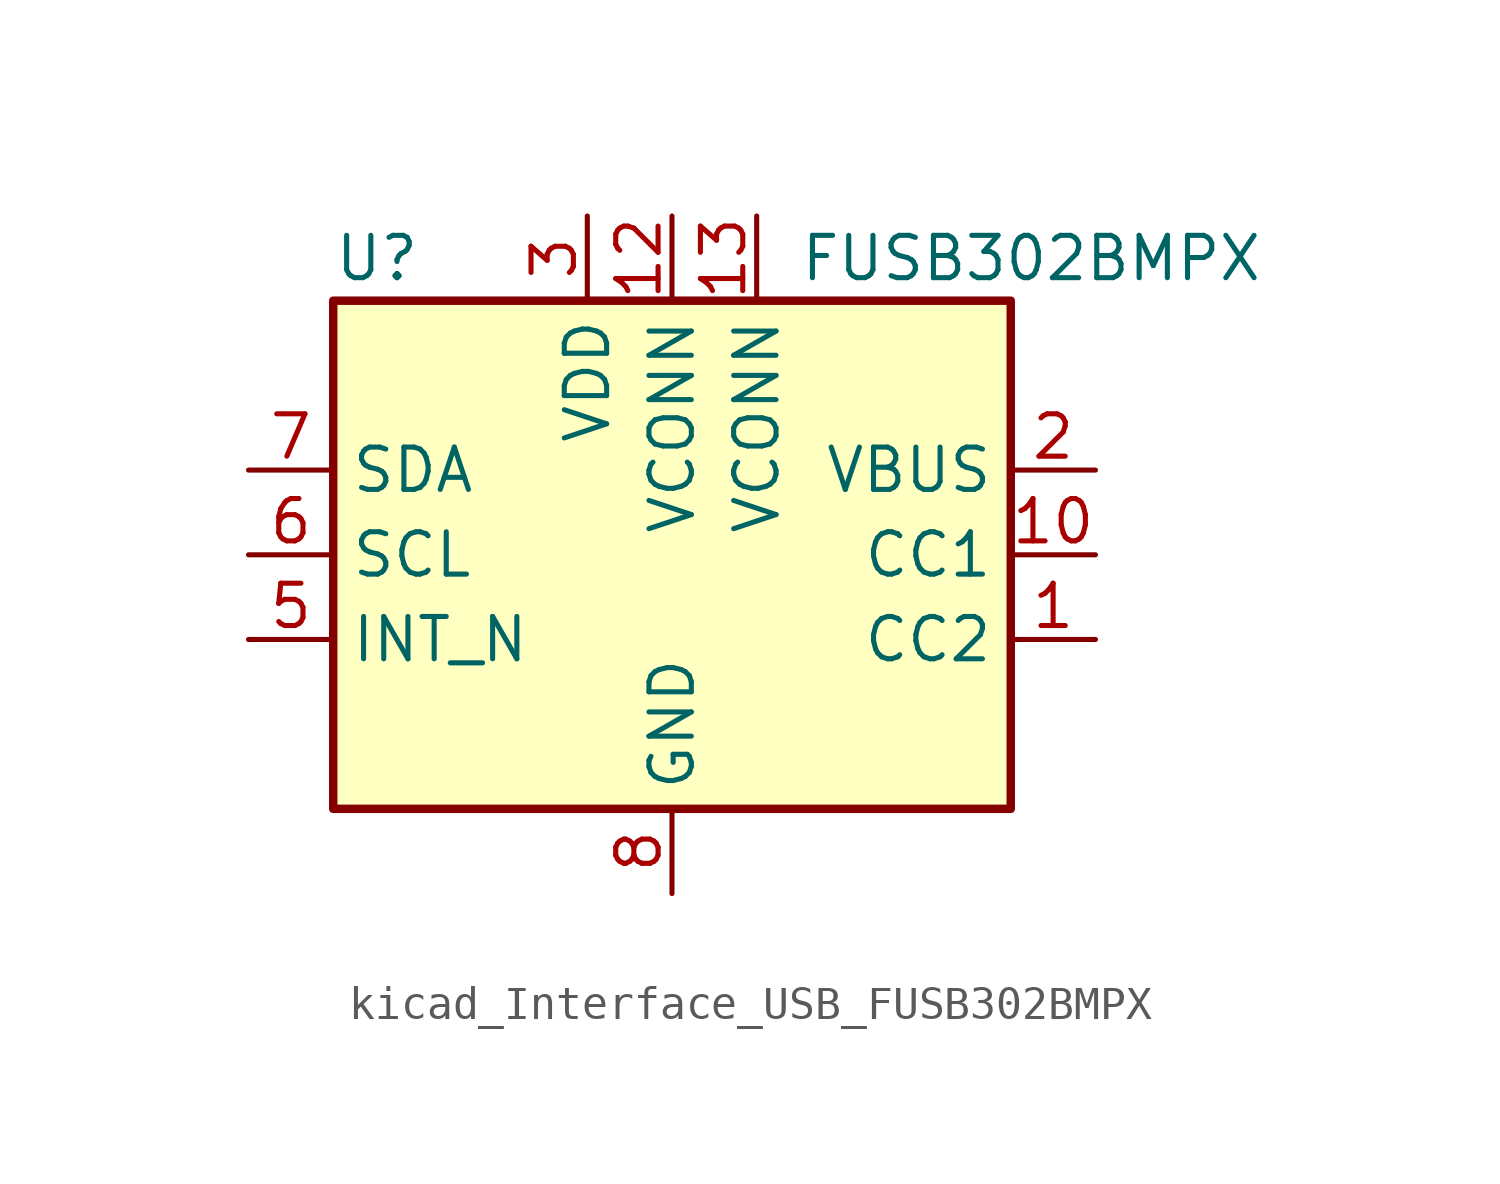
<source format=kicad_sym>
(kicad_symbol_lib
  (version 20220914)
  (generator kicad_symbol_editor)
  (symbol "kicad_Interface_USB_FUSB302BMPX"
    (property "Reference" "U"
      (at -10.16 8.89 0)
      (effects (font (size 1.27 1.27)) (justify left)))
    (property "Value" "FUSB302BMPX"
      (at 3.81 8.89 0)
      (effects (font (size 1.27 1.27)) (justify left)))
    (symbol "kicad_Interface_USB_FUSB302BMPX_0_1"
      (rectangle (start -10.16 7.62) (end 10.16 -7.62) (stroke (width 0.254) (type default)) (fill (type background))))
    (symbol "kicad_Interface_USB_FUSB302BMPX_1_1"
      (pin bidirectional line (at 12.7 -2.54 180) (length 2.54) (name "CC2" (effects (font (size 1.27 1.27)))) (number "1" (effects (font (size 1.27 1.27)))))
      (pin bidirectional line (at 12.7 0 180) (length 2.54) (name "CC1" (effects (font (size 1.27 1.27)))) (number "10" (effects (font (size 1.27 1.27)))))
      (pin bidirectional line (at 12.7 0 180) (length 2.54) hide (name "CC1" (effects (font (size 1.27 1.27)))) (number "11" (effects (font (size 1.27 1.27)))))
      (pin power_in line (at 0 10.16 270) (length 2.54) (name "VCONN" (effects (font (size 1.27 1.27)))) (number "12" (effects (font (size 1.27 1.27)))))
      (pin power_in line (at 2.54 10.16 270) (length 2.54) (name "VCONN" (effects (font (size 1.27 1.27)))) (number "13" (effects (font (size 1.27 1.27)))))
      (pin bidirectional line (at 12.7 -2.54 180) (length 2.54) hide (name "CC2" (effects (font (size 1.27 1.27)))) (number "14" (effects (font (size 1.27 1.27)))))
      (pin passive line (at 0 -10.16 90) (length 2.54) hide (name "GND" (effects (font (size 1.27 1.27)))) (number "15" (effects (font (size 1.27 1.27)))))
      (pin input line (at 12.7 2.54 180) (length 2.54) (name "VBUS" (effects (font (size 1.27 1.27)))) (number "2" (effects (font (size 1.27 1.27)))))
      (pin power_in line (at -2.54 10.16 270) (length 2.54) (name "VDD" (effects (font (size 1.27 1.27)))) (number "3" (effects (font (size 1.27 1.27)))))
      (pin passive line (at -2.54 10.16 270) (length 2.54) hide (name "VDD" (effects (font (size 1.27 1.27)))) (number "4" (effects (font (size 1.27 1.27)))))
      (pin open_collector line (at -12.7 -2.54 0) (length 2.54) (name "INT_N" (effects (font (size 1.27 1.27)))) (number "5" (effects (font (size 1.27 1.27)))))
      (pin input line (at -12.7 0 0) (length 2.54) (name "SCL" (effects (font (size 1.27 1.27)))) (number "6" (effects (font (size 1.27 1.27)))))
      (pin bidirectional line (at -12.7 2.54 0) (length 2.54) (name "SDA" (effects (font (size 1.27 1.27)))) (number "7" (effects (font (size 1.27 1.27)))))
      (pin power_in line (at 0 -10.16 90) (length 2.54) (name "GND" (effects (font (size 1.27 1.27)))) (number "8" (effects (font (size 1.27 1.27)))))
      (pin passive line (at 0 -10.16 90) (length 2.54) hide (name "GND" (effects (font (size 1.27 1.27)))) (number "9" (effects (font (size 1.27 1.27))))))))
</source>
